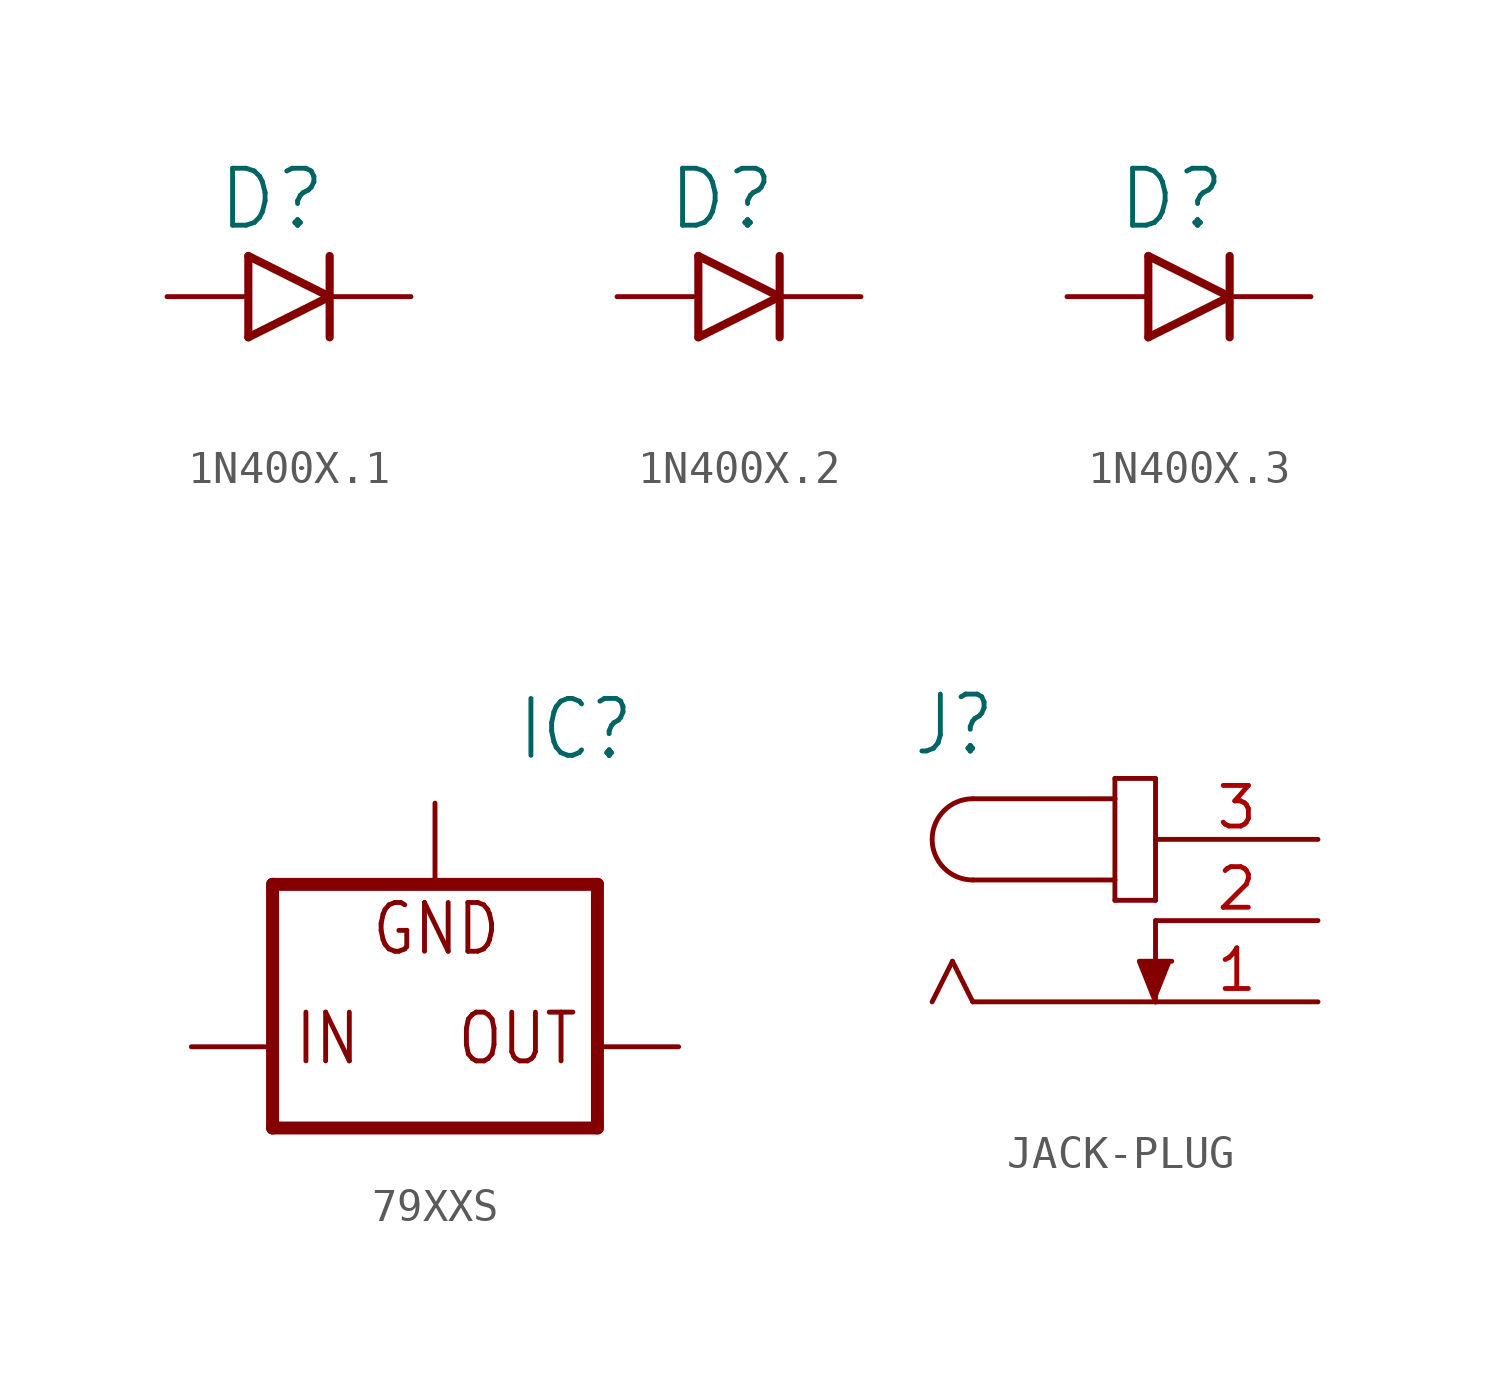
<source format=kicad_sym>
(kicad_symbol_lib
  (version 20231120)
  (generator "kicad_symbol_editor")
  (generator_version "8.0")
  (symbol "1N400X.1"
    (property "Reference" "D"
      (at -3.556 2.007 0)
      (effects (font (size 1.778 1.778)) (justify left bottom)))
    (property "Value" ""
      (at -4.318 -3.581 0)
      (effects (font (size 1.778 1.778)) (justify left bottom)))
    (property "ki_locked" ""
      (at 0 0 0)
      (effects (font (size 1.27 1.27))))
    (symbol "1N400X.1_1_0"
      (polyline (pts (xy -2.54 -1.27) (xy 0 0)) (stroke (width 0.254) (type solid)) (fill (type none)))
      (polyline (pts (xy -2.54 1.27) (xy -2.54 -1.27)) (stroke (width 0.254) (type solid)) (fill (type none)))
      (polyline (pts (xy 0 0) (xy -2.54 1.27)) (stroke (width 0.254) (type solid)) (fill (type none)))
      (polyline (pts (xy 0 0) (xy 0 -1.27)) (stroke (width 0.254) (type solid)) (fill (type none)))
      (polyline (pts (xy 0 1.27) (xy 0 0)) (stroke (width 0.254) (type solid)) (fill (type none)))
      (pin passive line (at -5.08 0 0) (length 2.54) (name "A" (effects (font (size 0 0)))) (number "A" (effects (font (size 0 0)))))
      (pin passive line (at 2.54 0 180) (length 2.54) (name "C" (effects (font (size 0 0)))) (number "C" (effects (font (size 0 0)))))))
  (symbol "1N400X.2"
    (property "Reference" "D"
      (at -3.556 2.007 0)
      (effects (font (size 1.778 1.778)) (justify left bottom)))
    (property "Value" ""
      (at -4.318 -3.581 0)
      (effects (font (size 1.778 1.778)) (justify left bottom)))
    (property "ki_locked" ""
      (at 0 0 0)
      (effects (font (size 1.27 1.27))))
    (symbol "1N400X.2_1_0"
      (polyline (pts (xy -2.54 -1.27) (xy 0 0)) (stroke (width 0.254) (type solid)) (fill (type none)))
      (polyline (pts (xy -2.54 1.27) (xy -2.54 -1.27)) (stroke (width 0.254) (type solid)) (fill (type none)))
      (polyline (pts (xy 0 0) (xy -2.54 1.27)) (stroke (width 0.254) (type solid)) (fill (type none)))
      (polyline (pts (xy 0 0) (xy 0 -1.27)) (stroke (width 0.254) (type solid)) (fill (type none)))
      (polyline (pts (xy 0 1.27) (xy 0 0)) (stroke (width 0.254) (type solid)) (fill (type none)))
      (pin passive line (at -5.08 0 0) (length 2.54) (name "A" (effects (font (size 0 0)))) (number "A" (effects (font (size 0 0)))))
      (pin passive line (at 2.54 0 180) (length 2.54) (name "C" (effects (font (size 0 0)))) (number "C" (effects (font (size 0 0)))))))
  (symbol "1N400X.3"
    (property "Reference" "D"
      (at -3.556 2.007 0)
      (effects (font (size 1.778 1.778)) (justify left bottom)))
    (property "Value" ""
      (at -4.318 -3.581 0)
      (effects (font (size 1.778 1.778)) (justify left bottom)))
    (property "ki_locked" ""
      (at 0 0 0)
      (effects (font (size 1.27 1.27))))
    (symbol "1N400X.3_1_0"
      (polyline (pts (xy -2.54 -1.27) (xy 0 0)) (stroke (width 0.254) (type solid)) (fill (type none)))
      (polyline (pts (xy -2.54 1.27) (xy -2.54 -1.27)) (stroke (width 0.254) (type solid)) (fill (type none)))
      (polyline (pts (xy 0 0) (xy -2.54 1.27)) (stroke (width 0.254) (type solid)) (fill (type none)))
      (polyline (pts (xy 0 0) (xy 0 -1.27)) (stroke (width 0.254) (type solid)) (fill (type none)))
      (polyline (pts (xy 0 1.27) (xy 0 0)) (stroke (width 0.254) (type solid)) (fill (type none)))
      (pin passive line (at -5.08 0 0) (length 2.54) (name "A" (effects (font (size 0 0)))) (number "A" (effects (font (size 0 0)))))
      (pin passive line (at 2.54 0 180) (length 2.54) (name "C" (effects (font (size 0 0)))) (number "C" (effects (font (size 0 0)))))))
  (symbol "79XXS"
    (property "Reference" "IC"
      (at 2.54 8.89 0)
      (effects (font (size 1.778 1.511)) (justify left bottom)))
    (property "Value" ""
      (at 2.54 6.35 0)
      (effects (font (size 1.778 1.511)) (justify left bottom)))
    (property "ki_locked" ""
      (at 0 0 0)
      (effects (font (size 1.27 1.27))))
    (symbol "79XXS_1_0"
      (polyline (pts (xy -5.08 -2.54) (xy 5.08 -2.54)) (stroke (width 0.406) (type solid)) (fill (type none)))
      (polyline (pts (xy -5.08 5.08) (xy -5.08 -2.54)) (stroke (width 0.406) (type solid)) (fill (type none)))
      (polyline (pts (xy 5.08 -2.54) (xy 5.08 5.08)) (stroke (width 0.406) (type solid)) (fill (type none)))
      (polyline (pts (xy 5.08 5.08) (xy -5.08 5.08)) (stroke (width 0.406) (type solid)) (fill (type none)))
      (text "GND" (at -2.032 2.794 0) (effects (font (size 1.524 1.295)) (justify left bottom)))
      (text "IN" (at -4.445 -0.635 0) (effects (font (size 1.524 1.295)) (justify left bottom)))
      (text "OUT" (at 0.635 -0.635 0) (effects (font (size 1.524 1.295)) (justify left bottom)))
      (pin input line (at 0 7.62 270) (length 2.54) (name "GND" (effects (font (size 0 0)))) (number "GND" (effects (font (size 0 0)))))
      (pin input line (at -7.62 0 0) (length 2.54) (name "IN" (effects (font (size 0 0)))) (number "IN" (effects (font (size 0 0)))))
      (pin passive line (at 7.62 0 180) (length 2.54) (name "OUT" (effects (font (size 0 0)))) (number "OUT" (effects (font (size 0 0)))))))
  (symbol "JACK-PLUG"
    (property "Reference" "J"
      (at -7.62 5.08 0)
      (effects (font (size 1.778 1.511)) (justify left bottom)))
    (property "Value" ""
      (at -7.62 -5.08 0)
      (effects (font (size 1.778 1.511)) (justify left bottom)))
    (property "ki_locked" ""
      (at 0 0 0)
      (effects (font (size 1.27 1.27))))
    (symbol "JACK-PLUG_1_0"
      (arc (start -5.715 3.81) (mid -6.985 2.54) (end -5.715 1.27) (stroke (width 0.1524) (type solid)) (fill (type none)))
      (polyline (pts (xy -6.35 -1.27) (xy -6.985 -2.54)) (stroke (width 0.152) (type solid)) (fill (type none)))
      (polyline (pts (xy -5.715 -2.54) (xy -6.35 -1.27)) (stroke (width 0.152) (type solid)) (fill (type none)))
      (polyline (pts (xy -5.715 3.81) (xy -1.27 3.81)) (stroke (width 0.152) (type solid)) (fill (type none)))
      (polyline (pts (xy -1.27 0.635) (xy 0 0.635)) (stroke (width 0.152) (type solid)) (fill (type none)))
      (polyline (pts (xy -1.27 1.27) (xy -5.715 1.27)) (stroke (width 0.152) (type solid)) (fill (type none)))
      (polyline (pts (xy -1.27 1.27) (xy -1.27 0.635)) (stroke (width 0.152) (type solid)) (fill (type none)))
      (polyline (pts (xy -1.27 3.81) (xy -1.27 1.27)) (stroke (width 0.152) (type solid)) (fill (type none)))
      (polyline (pts (xy -1.27 4.445) (xy -1.27 3.81)) (stroke (width 0.152) (type solid)) (fill (type none)))
      (polyline (pts (xy 0 -2.54) (xy -5.715 -2.54)) (stroke (width 0.152) (type solid)) (fill (type none)))
      (polyline (pts (xy 0 0) (xy 0 -2.54)) (stroke (width 0.152) (type solid)) (fill (type none)))
      (polyline (pts (xy 0 0.635) (xy 0 4.445)) (stroke (width 0.152) (type solid)) (fill (type none)))
      (polyline (pts (xy 0 4.445) (xy -1.27 4.445)) (stroke (width 0.152) (type solid)) (fill (type none)))
      (polyline (pts (xy 0 -2.54) (xy -0.508 -1.27) (xy 0.508 -1.27)) (stroke (width 0.152) (type solid)) (fill (type outline)))
      (pin passive line (at 5.08 -2.54 180) (length 5.08) (name "1" (effects (font (size 0 0)))) (number "1" (effects (font (size 1.27 1.27)))))
      (pin passive line (at 5.08 0 180) (length 5.08) (name "2" (effects (font (size 0 0)))) (number "2" (effects (font (size 1.27 1.27)))))
      (pin passive line (at 5.08 2.54 180) (length 5.08) (name "3" (effects (font (size 0 0)))) (number "3" (effects (font (size 1.27 1.27))))))))
</source>
